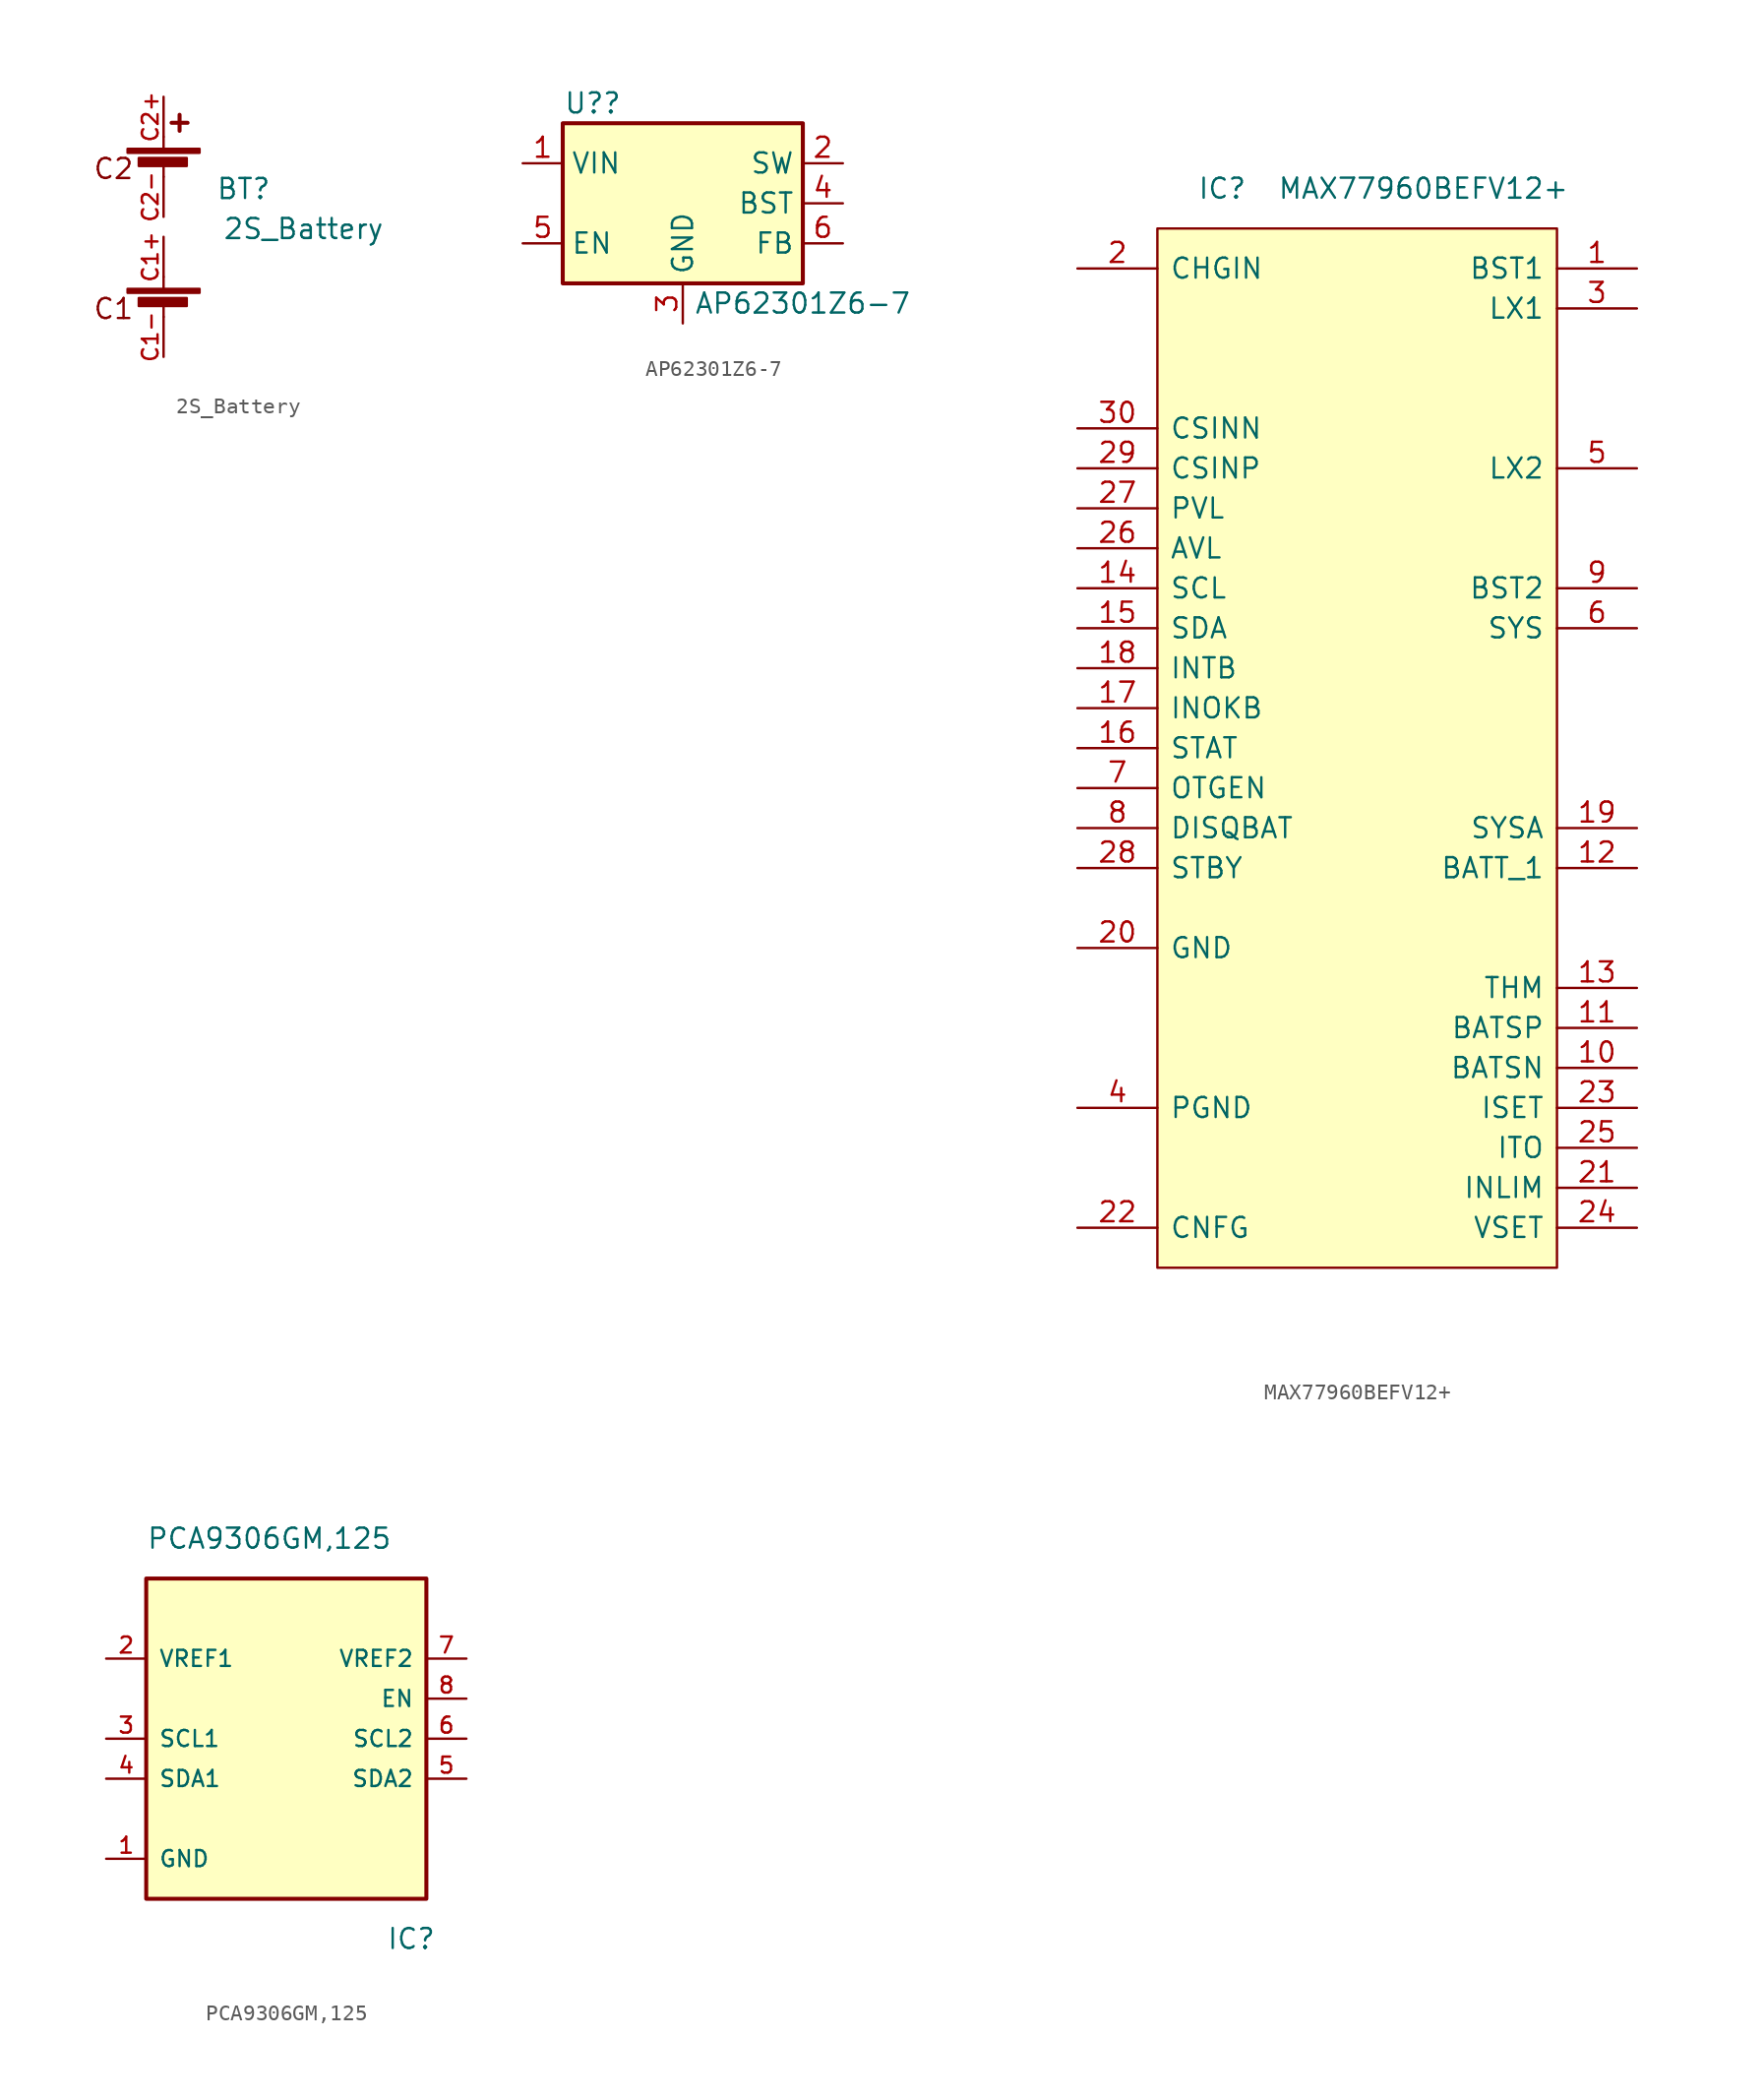
<source format=kicad_sym>
(kicad_symbol_lib
  (version 20211014)
  (generator kicad_symbol_editor)
  (symbol "2S_Battery"
    (property "Reference" "BT"
      (at 5.08 -2.54 0)
      (effects (font (size 1.27 1.27))))
    (property "Value" "2S_Battery"
      (at 8.89 -5.08 0)
      (effects (font (size 1.27 1.27))))
    (symbol "2S_Battery_0_0"
      (text "C1" (at -3.175 -10.16 0) (effects (font (size 1.27 1.27))))
      (text "C2" (at -3.175 -1.27 0) (effects (font (size 1.27 1.27)))))
    (symbol "2S_Battery_0_1"
      (rectangle (start -2.286 -8.89) (end 2.286 -9.144) (stroke (width 0) (type default) (color 0 0 0 0)) (fill (type outline)))
      (rectangle (start -2.286 0) (end 2.286 -0.254) (stroke (width 0) (type default) (color 0 0 0 0)) (fill (type outline)))
      (rectangle (start -1.575 -9.474) (end 1.473 -9.982) (stroke (width 0) (type default) (color 0 0 0 0)) (fill (type outline)))
      (rectangle (start -1.575 -0.584) (end 1.473 -1.092) (stroke (width 0) (type default) (color 0 0 0 0)) (fill (type outline)))
      (polyline (pts (xy 0 -9.906) (xy 0 -10.668)) (stroke (width 0) (type default) (color 0 0 0 0)) (fill (type none)))
      (polyline (pts (xy 0 -8.89) (xy 0 -8.128)) (stroke (width 0) (type default) (color 0 0 0 0)) (fill (type none)))
      (polyline (pts (xy 0 -1.016) (xy 0 -1.778)) (stroke (width 0) (type default) (color 0 0 0 0)) (fill (type none)))
      (polyline (pts (xy 0 0) (xy 0 0.762)) (stroke (width 0) (type default) (color 0 0 0 0)) (fill (type none)))
      (polyline (pts (xy 0.508 1.651) (xy 1.524 1.651)) (stroke (width 0.254) (type default) (color 0 0 0 0)) (fill (type none)))
      (polyline (pts (xy 1.016 2.159) (xy 1.016 1.143)) (stroke (width 0.254) (type default) (color 0 0 0 0)) (fill (type none))))
    (symbol "2S_Battery_1_1"
      (pin passive line (at 0 -5.588 270) (length 2.54) (name "" (effects (font (size 1 1)))) (number "C1+" (effects (font (size 1 1)))))
      (pin passive line (at 0 -13.208 90) (length 2.54) (name "" (effects (font (size 1 1)))) (number "C1-" (effects (font (size 1 1)))))
      (pin passive line (at 0 3.302 270) (length 2.54) (name "" (effects (font (size 1 1)))) (number "C2+" (effects (font (size 1 1)))))
      (pin passive line (at 0 -4.318 90) (length 2.54) (name "" (effects (font (size 1 1)))) (number "C2-" (effects (font (size 1 1)))))))
  (symbol "AP62301Z6-7"
    (property "Reference" "U?"
      (at -5.715 6.35 0)
      (effects (font (size 1.27 1.27))))
    (property "Value" "AP62301Z6-7"
      (at 7.62 -6.35 0)
      (effects (font (size 1.27 1.27))))
    (symbol "AP62301Z6-7_0_1"
      (rectangle (start -7.62 5.08) (end 7.62 -5.08) (stroke (width 0.254) (type default) (color 0 0 0 0)) (fill (type background))))
    (symbol "AP62301Z6-7_1_1"
      (pin power_in line (at -10.16 2.54 0) (length 2.54) (name "VIN" (effects (font (size 1.27 1.27)))) (number "1" (effects (font (size 1.27 1.27)))))
      (pin output line (at 10.16 2.54 180) (length 2.54) (name "SW" (effects (font (size 1.27 1.27)))) (number "2" (effects (font (size 1.27 1.27)))))
      (pin power_in line (at 0 -7.62 90) (length 2.54) (name "GND" (effects (font (size 1.27 1.27)))) (number "3" (effects (font (size 1.27 1.27)))))
      (pin passive line (at 10.16 0 180) (length 2.54) (name "BST" (effects (font (size 1.27 1.27)))) (number "4" (effects (font (size 1.27 1.27)))))
      (pin input line (at -10.16 -2.54 0) (length 2.54) (name "EN" (effects (font (size 1.27 1.27)))) (number "5" (effects (font (size 1.27 1.27)))))
      (pin input line (at 10.16 -2.54 180) (length 2.54) (name "FB" (effects (font (size 1.27 1.27)))) (number "6" (effects (font (size 1.27 1.27)))))))
  (symbol "MAX77960BEFV12+"
    (pin_names
      (offset 0.762))
    (property "Reference" "IC"
      (at 7.62 5.08 0)
      (effects (font (size 1.27 1.27)) (justify left)))
    (property "Value" "MAX77960BEFV12+"
      (at 12.7 5.08 0)
      (effects (font (size 1.27 1.27)) (justify left)))
    (symbol "MAX77960BEFV12+_0_0"
      (pin passive line (at 35.56 0 180) (length 5.08) (name "BST1" (effects (font (size 1.27 1.27)))) (number "1" (effects (font (size 1.27 1.27)))))
      (pin passive line (at 35.56 -50.8 180) (length 5.08) (name "BATSN" (effects (font (size 1.27 1.27)))) (number "10" (effects (font (size 1.27 1.27)))))
      (pin passive line (at 35.56 -48.26 180) (length 5.08) (name "BATSP" (effects (font (size 1.27 1.27)))) (number "11" (effects (font (size 1.27 1.27)))))
      (pin passive line (at 35.56 -38.1 180) (length 5.08) (name "BATT_1" (effects (font (size 1.27 1.27)))) (number "12" (effects (font (size 1.27 1.27)))))
      (pin passive line (at 35.56 -45.72 180) (length 5.08) (name "THM" (effects (font (size 1.27 1.27)))) (number "13" (effects (font (size 1.27 1.27)))))
      (pin passive line (at 0 -20.32 0) (length 5.08) (name "SCL" (effects (font (size 1.27 1.27)))) (number "14" (effects (font (size 1.27 1.27)))))
      (pin passive line (at 0 -22.86 0) (length 5.08) (name "SDA" (effects (font (size 1.27 1.27)))) (number "15" (effects (font (size 1.27 1.27)))))
      (pin passive line (at 0 -30.48 0) (length 5.08) (name "STAT" (effects (font (size 1.27 1.27)))) (number "16" (effects (font (size 1.27 1.27)))))
      (pin passive line (at 0 -27.94 0) (length 5.08) (name "INOKB" (effects (font (size 1.27 1.27)))) (number "17" (effects (font (size 1.27 1.27)))))
      (pin passive line (at 0 -25.4 0) (length 5.08) (name "INTB" (effects (font (size 1.27 1.27)))) (number "18" (effects (font (size 1.27 1.27)))))
      (pin passive line (at 35.56 -35.56 180) (length 5.08) (name "SYSA" (effects (font (size 1.27 1.27)))) (number "19" (effects (font (size 1.27 1.27)))))
      (pin passive line (at 0 0 0) (length 5.08) (name "CHGIN" (effects (font (size 1.27 1.27)))) (number "2" (effects (font (size 1.27 1.27)))))
      (pin passive line (at 0 -43.18 0) (length 5.08) (name "GND" (effects (font (size 1.27 1.27)))) (number "20" (effects (font (size 1.27 1.27)))))
      (pin passive line (at 35.56 -58.42 180) (length 5.08) (name "INLIM" (effects (font (size 1.27 1.27)))) (number "21" (effects (font (size 1.27 1.27)))))
      (pin passive line (at 0 -60.96 0) (length 5.08) (name "CNFG" (effects (font (size 1.27 1.27)))) (number "22" (effects (font (size 1.27 1.27)))))
      (pin passive line (at 35.56 -53.34 180) (length 5.08) (name "ISET" (effects (font (size 1.27 1.27)))) (number "23" (effects (font (size 1.27 1.27)))))
      (pin passive line (at 35.56 -60.96 180) (length 5.08) (name "VSET" (effects (font (size 1.27 1.27)))) (number "24" (effects (font (size 1.27 1.27)))))
      (pin passive line (at 35.56 -55.88 180) (length 5.08) (name "ITO" (effects (font (size 1.27 1.27)))) (number "25" (effects (font (size 1.27 1.27)))))
      (pin passive line (at 0 -17.78 0) (length 5.08) (name "AVL" (effects (font (size 1.27 1.27)))) (number "26" (effects (font (size 1.27 1.27)))))
      (pin passive line (at 0 -15.24 0) (length 5.08) (name "PVL" (effects (font (size 1.27 1.27)))) (number "27" (effects (font (size 1.27 1.27)))))
      (pin passive line (at 0 -38.1 0) (length 5.08) (name "STBY" (effects (font (size 1.27 1.27)))) (number "28" (effects (font (size 1.27 1.27)))))
      (pin passive line (at 0 -12.7 0) (length 5.08) (name "CSINP" (effects (font (size 1.27 1.27)))) (number "29" (effects (font (size 1.27 1.27)))))
      (pin passive line (at 35.56 -2.54 180) (length 5.08) (name "LX1" (effects (font (size 1.27 1.27)))) (number "3" (effects (font (size 1.27 1.27)))))
      (pin passive line (at 0 -10.16 0) (length 5.08) (name "CSINN" (effects (font (size 1.27 1.27)))) (number "30" (effects (font (size 1.27 1.27)))))
      (pin passive line (at 0 -53.34 0) (length 5.08) (name "PGND" (effects (font (size 1.27 1.27)))) (number "4" (effects (font (size 1.27 1.27)))))
      (pin passive line (at 35.56 -12.7 180) (length 5.08) (name "LX2" (effects (font (size 1.27 1.27)))) (number "5" (effects (font (size 1.27 1.27)))))
      (pin passive line (at 35.56 -22.86 180) (length 5.08) (name "SYS" (effects (font (size 1.27 1.27)))) (number "6" (effects (font (size 1.27 1.27)))))
      (pin passive line (at 0 -33.02 0) (length 5.08) (name "OTGEN" (effects (font (size 1.27 1.27)))) (number "7" (effects (font (size 1.27 1.27)))))
      (pin passive line (at 0 -35.56 0) (length 5.08) (name "DISQBAT" (effects (font (size 1.27 1.27)))) (number "8" (effects (font (size 1.27 1.27)))))
      (pin passive line (at 35.56 -20.32 180) (length 5.08) (name "BST2" (effects (font (size 1.27 1.27)))) (number "9" (effects (font (size 1.27 1.27))))))
    (symbol "MAX77960BEFV12+_0_1"
      (rectangle (start 5.08 2.54) (end 30.48 -63.5) (stroke (width 0) (type default) (color 0 0 0 0)) (fill (type background)))))
  (symbol "PCA9306GM,125"
    (pin_names
      (offset 0.762))
    (property "Reference" "IC"
      (at 5.08 -12.7 0)
      (effects (font (size 1.27 1.27)) (justify left)))
    (property "Value" "PCA9306GM,125"
      (at -10.16 12.7 0)
      (effects (font (size 1.27 1.27)) (justify left)))
    (symbol "PCA9306GM,125_0_0"
      (pin passive line (at -12.7 -7.62 0) (length 2.54) (name "GND" (effects (font (size 1.016 1.016)))) (number "1" (effects (font (size 1.016 1.016)))))
      (pin passive line (at -12.7 5.08 0) (length 2.54) (name "VREF1" (effects (font (size 1.016 1.016)))) (number "2" (effects (font (size 1.016 1.016)))))
      (pin passive line (at -12.7 0 0) (length 2.54) (name "SCL1" (effects (font (size 1.016 1.016)))) (number "3" (effects (font (size 1.016 1.016)))))
      (pin passive line (at -12.7 -2.54 0) (length 2.54) (name "SDA1" (effects (font (size 1.016 1.016)))) (number "4" (effects (font (size 1.016 1.016)))))
      (pin passive line (at 10.16 -2.54 180) (length 2.54) (name "SDA2" (effects (font (size 1.016 1.016)))) (number "5" (effects (font (size 1.016 1.016)))))
      (pin passive line (at 10.16 0 180) (length 2.54) (name "SCL2" (effects (font (size 1.016 1.016)))) (number "6" (effects (font (size 1.016 1.016)))))
      (pin passive line (at 10.16 5.08 180) (length 2.54) (name "VREF2" (effects (font (size 1.016 1.016)))) (number "7" (effects (font (size 1.016 1.016)))))
      (pin passive line (at 10.16 2.54 180) (length 2.54) (name "EN" (effects (font (size 1.016 1.016)))) (number "8" (effects (font (size 1.016 1.016))))))
    (symbol "PCA9306GM,125_0_1"
      (rectangle (start -10.16 10.16) (end 7.62 -10.16) (stroke (width 0.254) (type default) (color 0 0 0 0)) (fill (type background))))))
</source>
